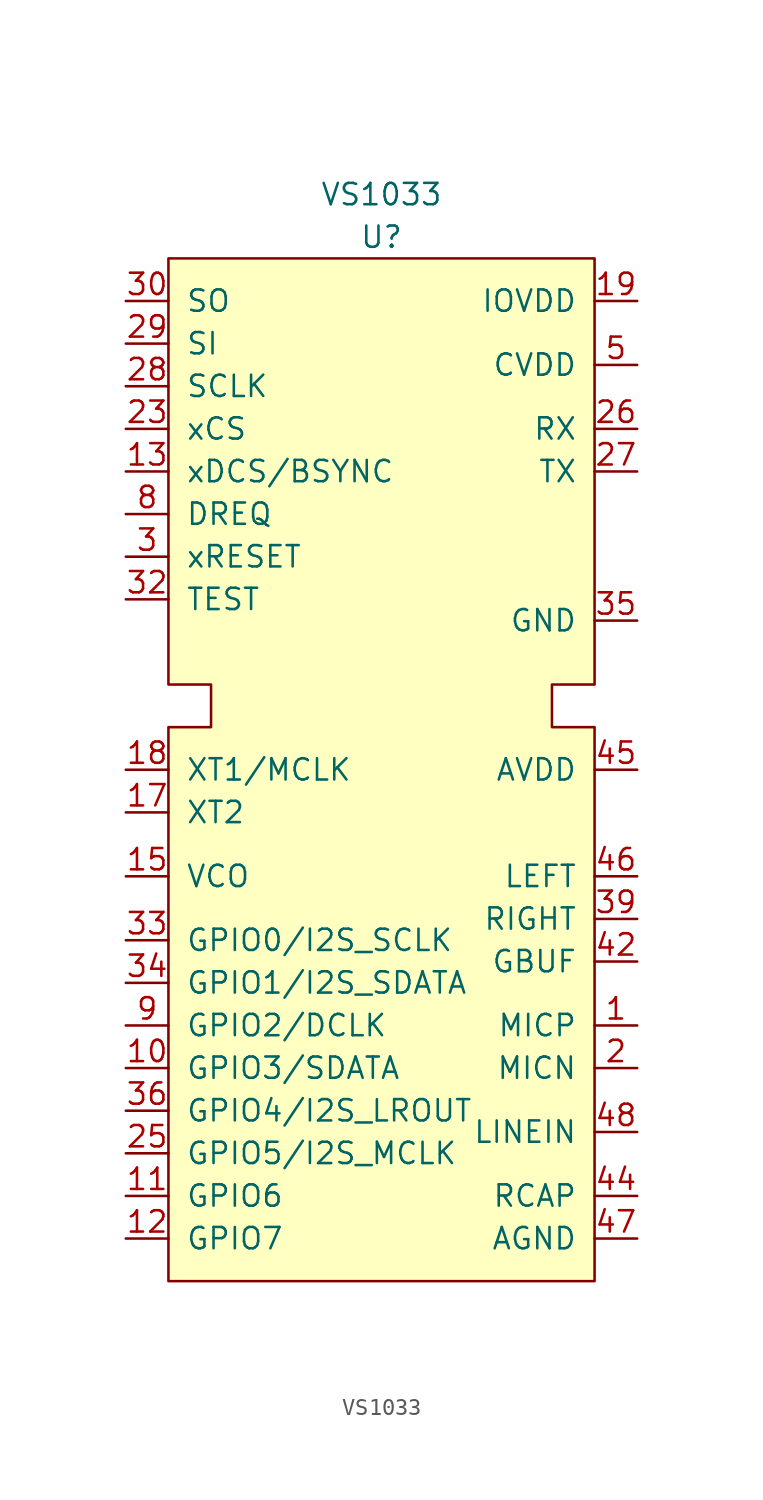
<source format=kicad_sym>
(kicad_symbol_lib
  (version 20211014)
  (generator kicad_symbol_editor)
  (symbol "VS1033"
    (pin_names
      (offset 1.016))
    (property "Reference" "U"
      (at 0 26.67 0)
      (effects (font (size 1.27 1.27))))
    (property "Value" "VS1033"
      (at 0 29.21 0)
      (effects (font (size 1.27 1.27))))
    (symbol "VS1033_0_1"
      (polyline (pts (xy -12.7 25.4) (xy 12.7 25.4) (xy 12.7 0) (xy 10.16 0) (xy 10.16 -2.54) (xy 12.7 -2.54) (xy 12.7 -35.56) (xy -12.7 -35.56) (xy -12.7 -2.54) (xy -10.16 -2.54) (xy -10.16 0) (xy -12.7 0) (xy -12.7 25.4)) (stroke (width 0) (type default) (color 0 0 0 0)) (fill (type background))))
    (symbol "VS1033_1_1"
      (pin input line (at 15.24 -20.32 180) (length 2.54) (name "MICP" (effects (font (size 1.27 1.27)))) (number "1" (effects (font (size 1.27 1.27)))))
      (pin bidirectional line (at -15.24 -22.86 0) (length 2.54) (name "GPIO3/SDATA" (effects (font (size 1.27 1.27)))) (number "10" (effects (font (size 1.27 1.27)))))
      (pin bidirectional line (at -15.24 -30.48 0) (length 2.54) (name "GPIO6" (effects (font (size 1.27 1.27)))) (number "11" (effects (font (size 1.27 1.27)))))
      (pin bidirectional line (at -15.24 -33.02 0) (length 2.54) (name "GPIO7" (effects (font (size 1.27 1.27)))) (number "12" (effects (font (size 1.27 1.27)))))
      (pin input line (at -15.24 12.7 0) (length 2.54) (name "xDCS/BSYNC" (effects (font (size 1.27 1.27)))) (number "13" (effects (font (size 1.27 1.27)))))
      (pin power_in line (at 15.24 22.86 180) (length 2.54) hide (name "IOVDD" (effects (font (size 1.27 1.27)))) (number "14" (effects (font (size 1.27 1.27)))))
      (pin output line (at -15.24 -11.43 0) (length 2.54) (name "VCO" (effects (font (size 1.27 1.27)))) (number "15" (effects (font (size 1.27 1.27)))))
      (pin power_in line (at 15.24 3.81 180) (length 2.54) hide (name "GND" (effects (font (size 1.27 1.27)))) (number "16" (effects (font (size 1.27 1.27)))))
      (pin output line (at -15.24 -7.62 0) (length 2.54) (name "XT2" (effects (font (size 1.27 1.27)))) (number "17" (effects (font (size 1.27 1.27)))))
      (pin input line (at -15.24 -5.08 0) (length 2.54) (name "XT1/MCLK" (effects (font (size 1.27 1.27)))) (number "18" (effects (font (size 1.27 1.27)))))
      (pin power_in line (at 15.24 22.86 180) (length 2.54) (name "IOVDD" (effects (font (size 1.27 1.27)))) (number "19" (effects (font (size 1.27 1.27)))))
      (pin input line (at 15.24 -22.86 180) (length 2.54) (name "MICN" (effects (font (size 1.27 1.27)))) (number "2" (effects (font (size 1.27 1.27)))))
      (pin power_in line (at 15.24 3.81 180) (length 2.54) hide (name "GND" (effects (font (size 1.27 1.27)))) (number "20" (effects (font (size 1.27 1.27)))))
      (pin power_in line (at 15.24 3.81 180) (length 2.54) hide (name "GND" (effects (font (size 1.27 1.27)))) (number "20" (effects (font (size 1.27 1.27)))))
      (pin power_in line (at 15.24 3.81 180) (length 2.54) hide (name "GND" (effects (font (size 1.27 1.27)))) (number "21" (effects (font (size 1.27 1.27)))))
      (pin power_in line (at 15.24 3.81 180) (length 2.54) hide (name "GND" (effects (font (size 1.27 1.27)))) (number "22" (effects (font (size 1.27 1.27)))))
      (pin input line (at -15.24 15.24 0) (length 2.54) (name "xCS" (effects (font (size 1.27 1.27)))) (number "23" (effects (font (size 1.27 1.27)))))
      (pin power_in line (at 15.24 19.05 180) (length 2.54) hide (name "CVDD" (effects (font (size 1.27 1.27)))) (number "24" (effects (font (size 1.27 1.27)))))
      (pin bidirectional line (at -15.24 -27.94 0) (length 2.54) (name "GPIO5/I2S_MCLK" (effects (font (size 1.27 1.27)))) (number "25" (effects (font (size 1.27 1.27)))))
      (pin input line (at 15.24 15.24 180) (length 2.54) (name "RX" (effects (font (size 1.27 1.27)))) (number "26" (effects (font (size 1.27 1.27)))))
      (pin output line (at 15.24 12.7 180) (length 2.54) (name "TX" (effects (font (size 1.27 1.27)))) (number "27" (effects (font (size 1.27 1.27)))))
      (pin input line (at -15.24 17.78 0) (length 2.54) (name "SCLK" (effects (font (size 1.27 1.27)))) (number "28" (effects (font (size 1.27 1.27)))))
      (pin input line (at -15.24 20.32 0) (length 2.54) (name "SI" (effects (font (size 1.27 1.27)))) (number "29" (effects (font (size 1.27 1.27)))))
      (pin input line (at -15.24 7.62 0) (length 2.54) (name "xRESET" (effects (font (size 1.27 1.27)))) (number "3" (effects (font (size 1.27 1.27)))))
      (pin output line (at -15.24 22.86 0) (length 2.54) (name "SO" (effects (font (size 1.27 1.27)))) (number "30" (effects (font (size 1.27 1.27)))))
      (pin power_in line (at 15.24 19.05 180) (length 2.54) hide (name "CVDD" (effects (font (size 1.27 1.27)))) (number "31" (effects (font (size 1.27 1.27)))))
      (pin input line (at -15.24 5.08 0) (length 2.54) (name "TEST" (effects (font (size 1.27 1.27)))) (number "32" (effects (font (size 1.27 1.27)))))
      (pin bidirectional line (at -15.24 -15.24 0) (length 2.54) (name "GPIO0/I2S_SCLK" (effects (font (size 1.27 1.27)))) (number "33" (effects (font (size 1.27 1.27)))))
      (pin bidirectional line (at -15.24 -17.78 0) (length 2.54) (name "GPIO1/I2S_SDATA" (effects (font (size 1.27 1.27)))) (number "34" (effects (font (size 1.27 1.27)))))
      (pin power_in line (at 15.24 3.81 180) (length 2.54) (name "GND" (effects (font (size 1.27 1.27)))) (number "35" (effects (font (size 1.27 1.27)))))
      (pin bidirectional line (at -15.24 -25.4 0) (length 2.54) (name "GPIO4/I2S_LROUT" (effects (font (size 1.27 1.27)))) (number "36" (effects (font (size 1.27 1.27)))))
      (pin power_in line (at 15.24 -33.02 180) (length 2.54) hide (name "AGND" (effects (font (size 1.27 1.27)))) (number "37" (effects (font (size 1.27 1.27)))))
      (pin power_in line (at 15.24 -5.08 180) (length 2.54) hide (name "AVDD" (effects (font (size 1.27 1.27)))) (number "38" (effects (font (size 1.27 1.27)))))
      (pin output line (at 15.24 -13.97 180) (length 2.54) (name "RIGHT" (effects (font (size 1.27 1.27)))) (number "39" (effects (font (size 1.27 1.27)))))
      (pin power_in line (at 15.24 3.81 180) (length 2.54) hide (name "GND" (effects (font (size 1.27 1.27)))) (number "4" (effects (font (size 1.27 1.27)))))
      (pin power_in line (at 15.24 -33.02 180) (length 2.54) hide (name "AGND" (effects (font (size 1.27 1.27)))) (number "40" (effects (font (size 1.27 1.27)))))
      (pin power_in line (at 15.24 -33.02 180) (length 2.54) hide (name "AGND" (effects (font (size 1.27 1.27)))) (number "41" (effects (font (size 1.27 1.27)))))
      (pin output line (at 15.24 -16.51 180) (length 2.54) (name "GBUF" (effects (font (size 1.27 1.27)))) (number "42" (effects (font (size 1.27 1.27)))))
      (pin power_in line (at 15.24 -5.08 180) (length 2.54) hide (name "AVDD" (effects (font (size 1.27 1.27)))) (number "43" (effects (font (size 1.27 1.27)))))
      (pin bidirectional line (at 15.24 -30.48 180) (length 2.54) (name "RCAP" (effects (font (size 1.27 1.27)))) (number "44" (effects (font (size 1.27 1.27)))))
      (pin power_in line (at 15.24 -5.08 180) (length 2.54) (name "AVDD" (effects (font (size 1.27 1.27)))) (number "45" (effects (font (size 1.27 1.27)))))
      (pin output line (at 15.24 -11.43 180) (length 2.54) (name "LEFT" (effects (font (size 1.27 1.27)))) (number "46" (effects (font (size 1.27 1.27)))))
      (pin power_in line (at 15.24 -33.02 180) (length 2.54) (name "AGND" (effects (font (size 1.27 1.27)))) (number "47" (effects (font (size 1.27 1.27)))))
      (pin input line (at 15.24 -26.67 180) (length 2.54) (name "LINEIN" (effects (font (size 1.27 1.27)))) (number "48" (effects (font (size 1.27 1.27)))))
      (pin power_in line (at 15.24 19.05 180) (length 2.54) (name "CVDD" (effects (font (size 1.27 1.27)))) (number "5" (effects (font (size 1.27 1.27)))))
      (pin power_in line (at 15.24 22.86 180) (length 2.54) hide (name "IOVDD" (effects (font (size 1.27 1.27)))) (number "6" (effects (font (size 1.27 1.27)))))
      (pin power_in line (at 15.24 19.05 180) (length 2.54) hide (name "CVDD" (effects (font (size 1.27 1.27)))) (number "7" (effects (font (size 1.27 1.27)))))
      (pin output line (at -15.24 10.16 0) (length 2.54) (name "DREQ" (effects (font (size 1.27 1.27)))) (number "8" (effects (font (size 1.27 1.27)))))
      (pin bidirectional line (at -15.24 -20.32 0) (length 2.54) (name "GPIO2/DCLK" (effects (font (size 1.27 1.27)))) (number "9" (effects (font (size 1.27 1.27))))))))
</source>
